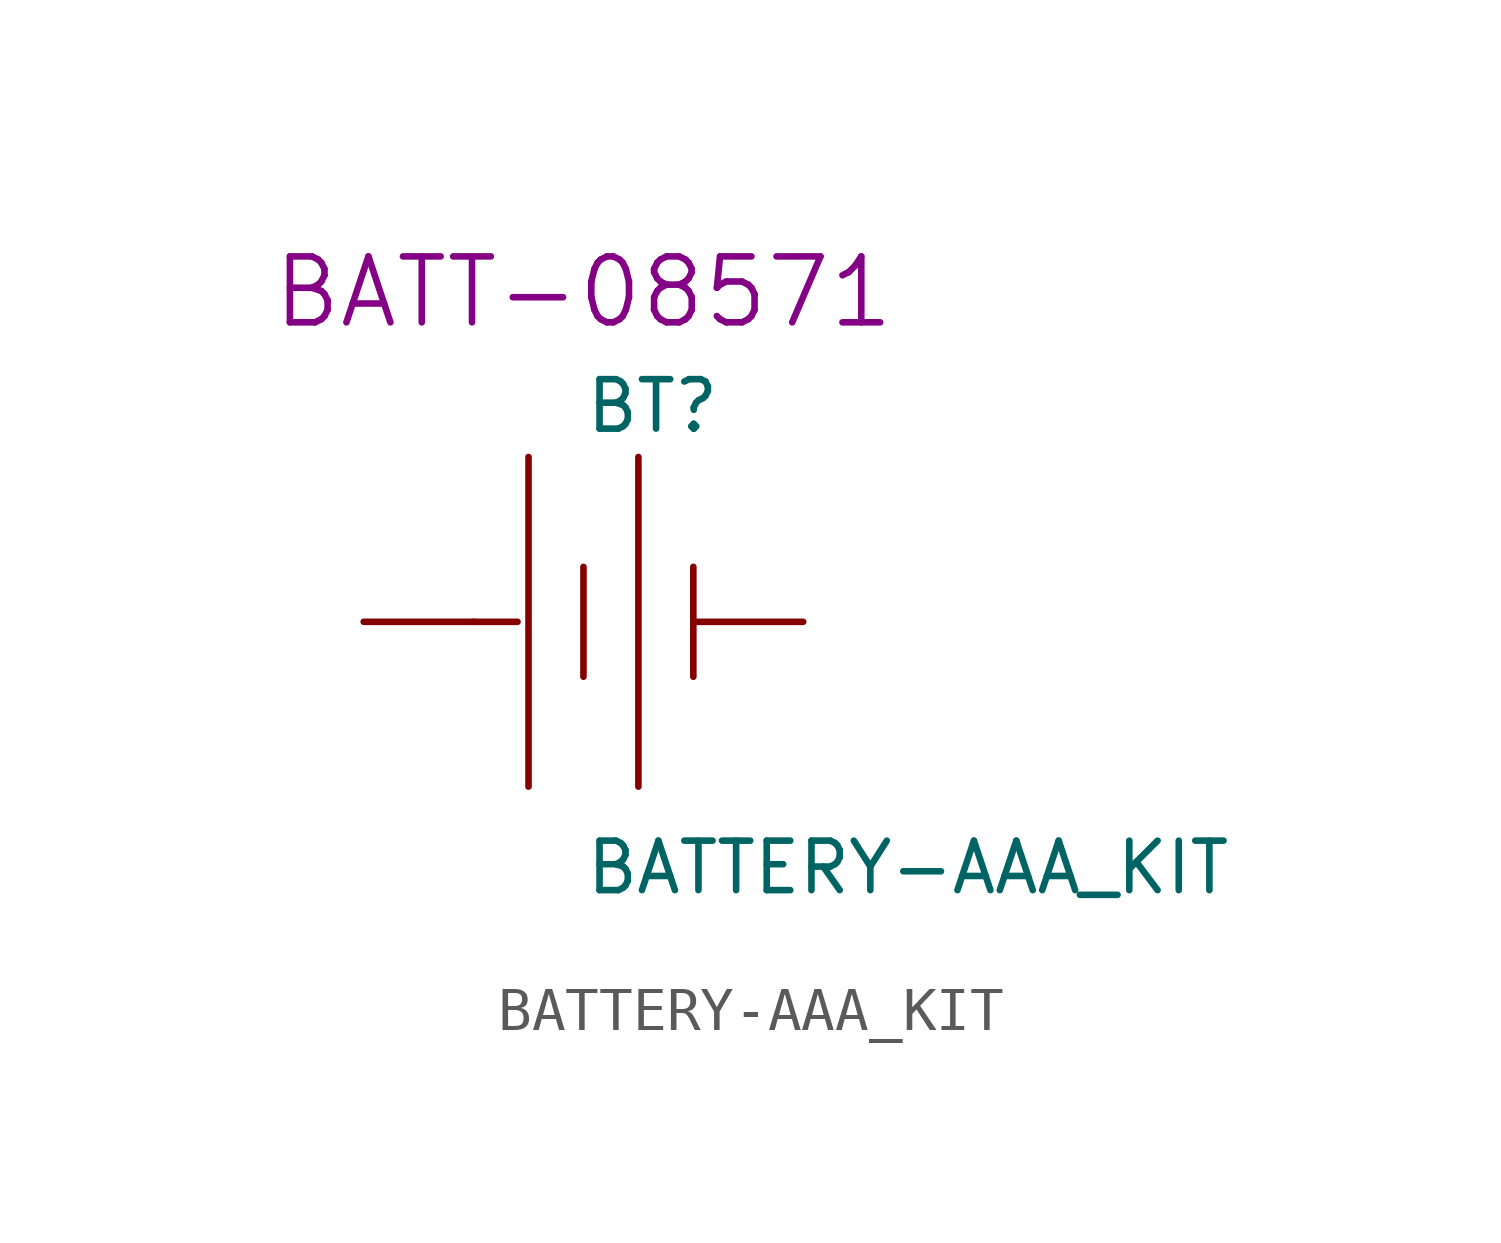
<source format=kicad_sym>
(kicad_symbol_lib
  (version 20220914)
  (generator kicad_symbol_editor)
  (symbol "BATTERY-AAA_KIT"
    (pin_numbers hide)
    (pin_names
      (offset 1.016) hide)
    (property "Reference" "BT"
      (at 0 4.318 0)
      (effects (font (size 1.143 1.143)) (justify left bottom)))
    (property "Value" "BATTERY-AAA_KIT"
      (at 0 -6.35 0)
      (effects (font (size 1.143 1.143)) (justify left bottom)))
    (property "Field4" "BATT-08571"
      (at 0 7.62 0)
      (effects (font (size 1.524 1.524))))
    (property "ki_locked" ""
      (at 0 0 0)
      (effects (font (size 1.27 1.27))))
    (symbol "BATTERY-AAA_KIT_1_0"
      (polyline (pts (xy -2.54 0) (xy -1.524 0)) (stroke (width 0) (type solid)) (fill (type none)))
      (polyline (pts (xy -1.27 3.81) (xy -1.27 -3.81)) (stroke (width 0) (type solid)) (fill (type none)))
      (polyline (pts (xy 0 1.27) (xy 0 -1.27)) (stroke (width 0) (type solid)) (fill (type none)))
      (polyline (pts (xy 1.27 3.81) (xy 1.27 -3.81)) (stroke (width 0) (type solid)) (fill (type none)))
      (polyline (pts (xy 2.54 1.27) (xy 2.54 -1.27)) (stroke (width 0) (type solid)) (fill (type none))))
    (symbol "BATTERY-AAA_KIT_1_1"
      (pin power_in line (at 5.08 0 180) (length 2.54) (name "-" (effects (font (size 1.016 1.016)))) (number "GND@" (effects (font (size 1.016 1.016)))))
      (pin power_in line (at -5.08 0 0) (length 2.54) (name "+" (effects (font (size 1.016 1.016)))) (number "PWR@" (effects (font (size 1.016 1.016))))))))
</source>
